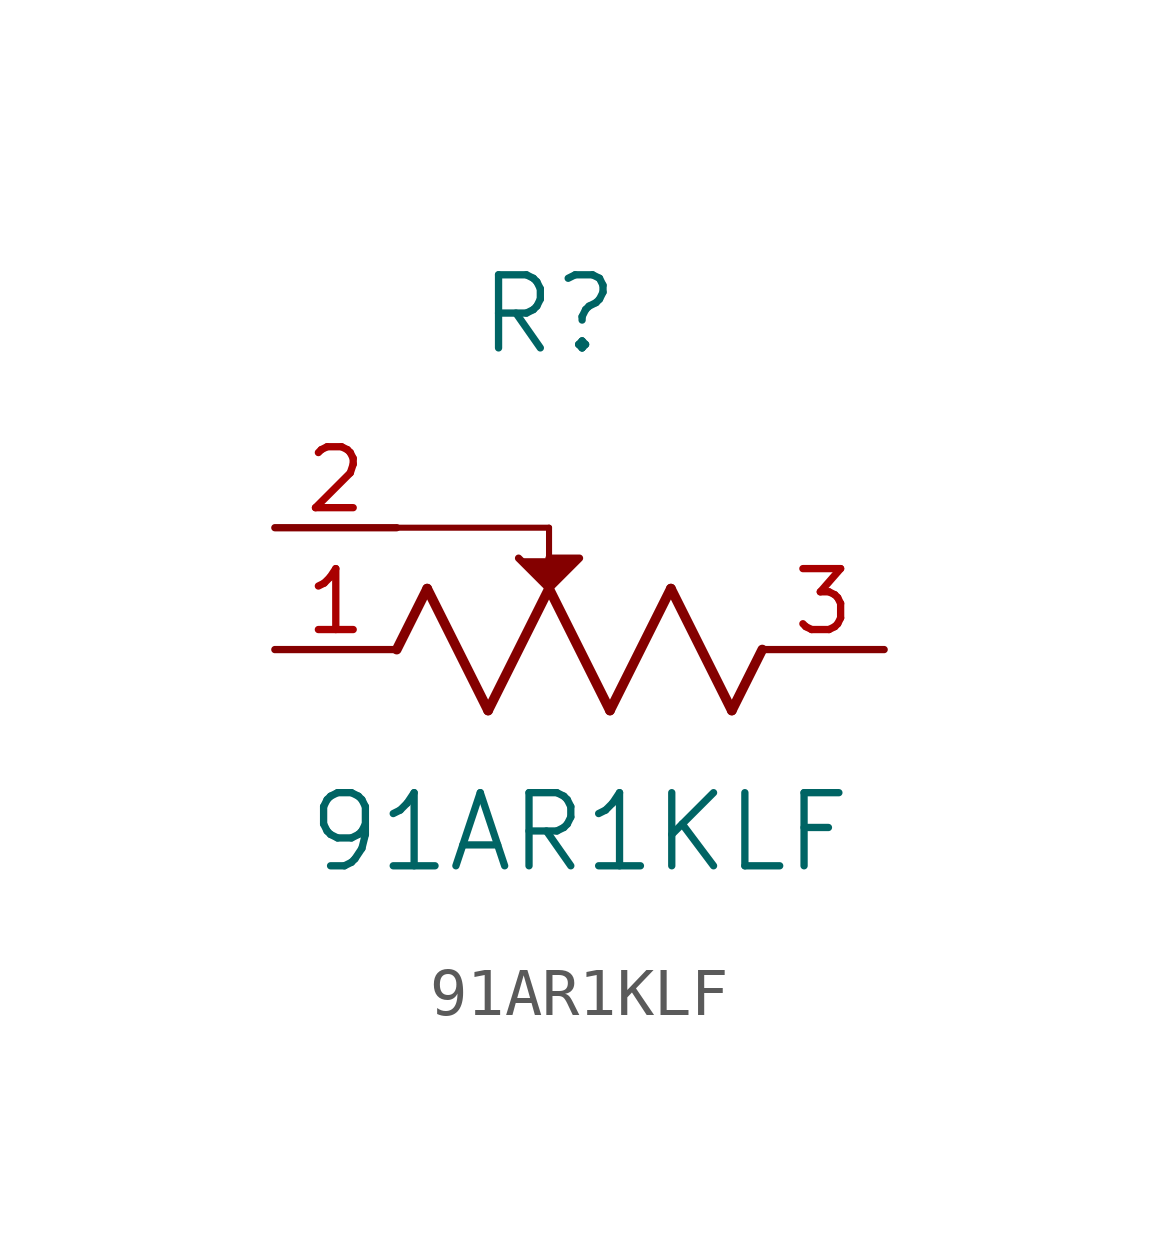
<source format=kicad_sym>
(kicad_symbol_lib
  (version 20211014)
  (generator kicad_symbol_editor)
  (symbol "91AR1KLF"
    (pin_names
      (offset 0.254))
    (property "Reference" "R"
      (at 5.715 6.985 0)
      (effects (font (size 1.524 1.524))))
    (property "Value" "91AR1KLF"
      (at 6.35 -3.81 0)
      (effects (font (size 1.524 1.524))))
    (polyline
      (pts (xy 3.175 1.27) (xy 4.445 -1.27))
      (stroke (width 0.203) (type default) (color 0 0 0 0))
      (fill (type none)))
    (polyline
      (pts (xy 4.445 -1.27) (xy 5.715 1.27))
      (stroke (width 0.203) (type default) (color 0 0 0 0))
      (fill (type none)))
    (polyline
      (pts (xy 5.715 1.27) (xy 6.985 -1.27))
      (stroke (width 0.203) (type default) (color 0 0 0 0))
      (fill (type none)))
    (polyline
      (pts (xy 6.985 -1.27) (xy 8.255 1.27))
      (stroke (width 0.203) (type default) (color 0 0 0 0))
      (fill (type none)))
    (polyline
      (pts (xy 8.255 1.27) (xy 9.525 -1.27))
      (stroke (width 0.203) (type default) (color 0 0 0 0))
      (fill (type none)))
    (polyline
      (pts (xy 2.54 0) (xy 3.175 1.27))
      (stroke (width 0.203) (type default) (color 0 0 0 0))
      (fill (type none)))
    (polyline
      (pts (xy 9.525 -1.27) (xy 10.16 0))
      (stroke (width 0.203) (type default) (color 0 0 0 0))
      (fill (type none)))
    (polyline
      (pts (xy 2.54 2.54) (xy 5.715 2.54))
      (stroke (width 0.127) (type default) (color 0 0 0 0))
      (fill (type none)))
    (polyline
      (pts (xy 5.715 2.54) (xy 5.715 1.27))
      (stroke (width 0.127) (type default) (color 0 0 0 0))
      (fill (type none)))
    (polyline
      (pts (xy 5.08 1.905) (xy 5.715 1.27) (xy 6.35 1.905) (xy 5.715 1.905))
      (stroke (width 0) (type default) (color 0 0 0 0))
      (fill (type outline)))
    (pin unspecified line
      (at 0 0 0)
      (length 2.54)
      (name "" (effects (font (size 1.27 1.27))))
      (number "1" (effects (font (size 1.27 1.27)))))
    (pin unspecified line
      (at 2.54 2.54 180)
      (length 2.54)
      (name "" (effects (font (size 1.27 1.27))))
      (number "2" (effects (font (size 1.27 1.27)))))
    (pin unspecified line
      (at 12.7 0 180)
      (length 2.54)
      (name "" (effects (font (size 1.27 1.27))))
      (number "3" (effects (font (size 1.27 1.27)))))))
</source>
